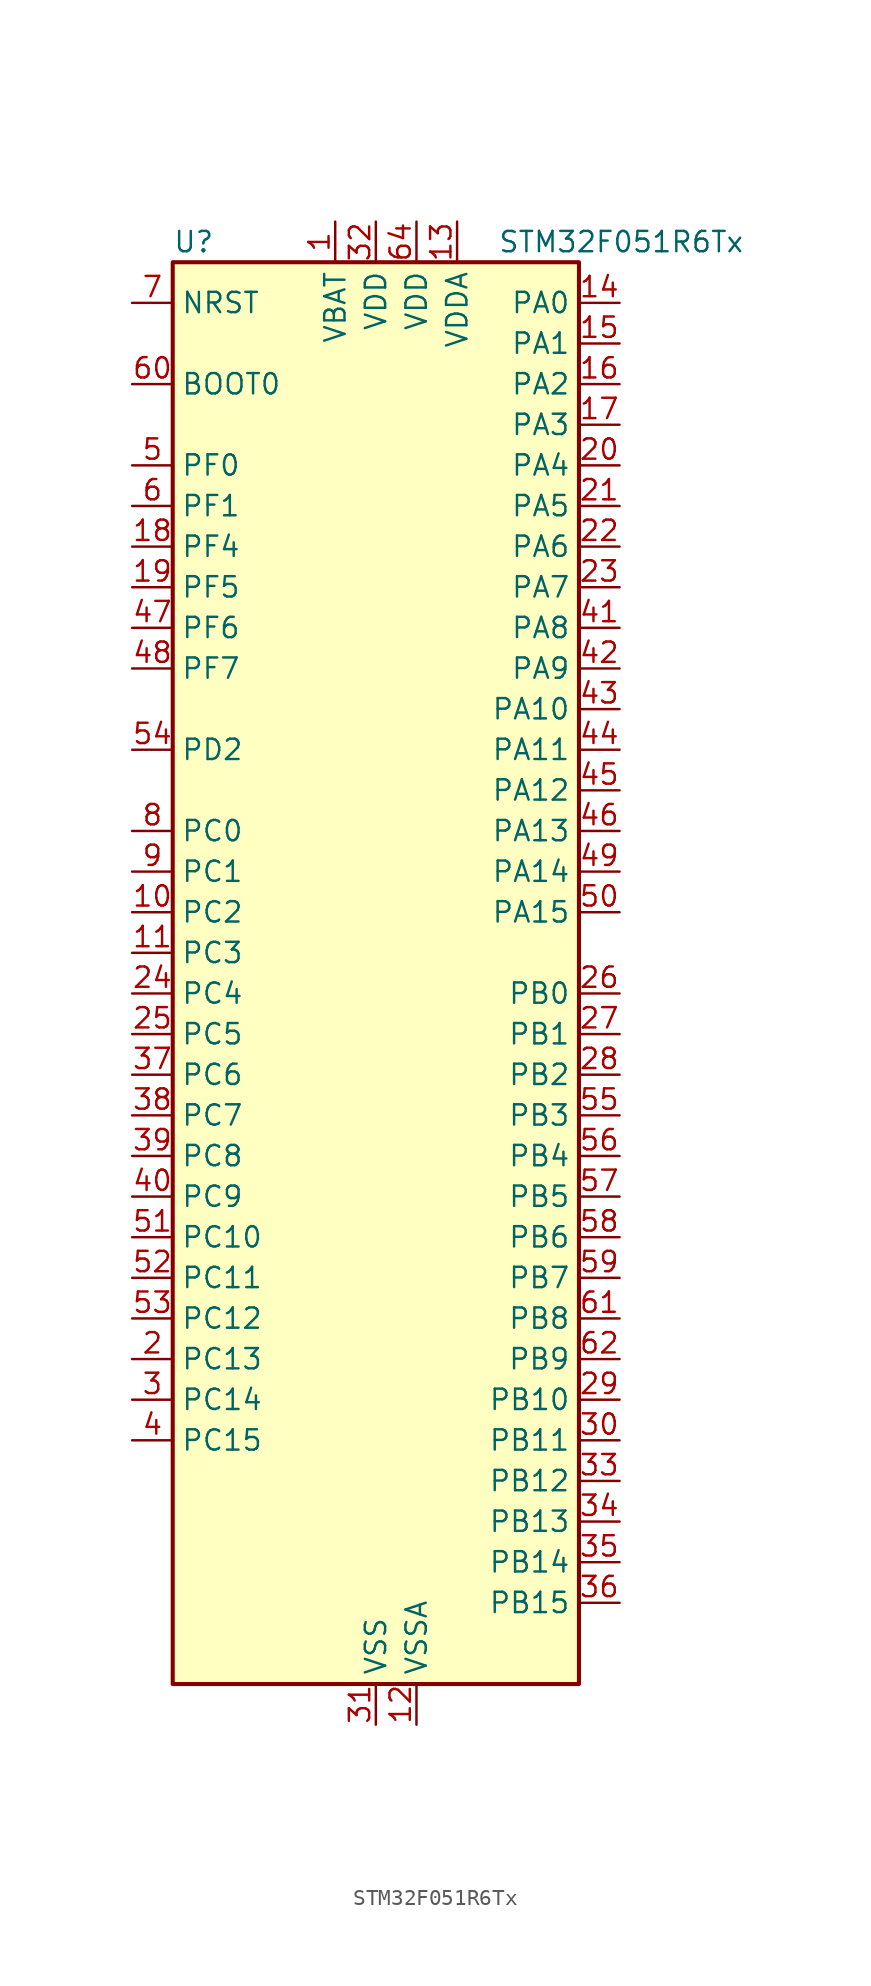
<source format=kicad_sym>
(kicad_symbol_lib
  (version 20220914)
  (generator kicad_symbol_editor)
  (symbol "STM32F051R6Tx"
    (property "Reference" "U"
      (at -12.7 46.99 0)
      (effects (font (size 1.27 1.27)) (justify left)))
    (property "Value" "STM32F051R6Tx"
      (at 7.62 46.99 0)
      (effects (font (size 1.27 1.27)) (justify left)))
    (property "ki_locked" ""
      (at 0 0 0)
      (effects (font (size 1.27 1.27))))
    (symbol "STM32F051R6Tx_0_1"
      (rectangle (start -12.7 -43.18) (end 12.7 45.72) (stroke (width 0.254) (type default)) (fill (type background))))
    (symbol "STM32F051R6Tx_1_1"
      (pin power_in line (at -2.54 48.26 270) (length 2.54) (name "VBAT" (effects (font (size 1.27 1.27)))) (number "1" (effects (font (size 1.27 1.27)))))
      (pin bidirectional line (at -15.24 5.08 0) (length 2.54) (name "PC2" (effects (font (size 1.27 1.27)))) (number "10" (effects (font (size 1.27 1.27)))) (alternate "ADC_IN12" bidirectional line))
      (pin bidirectional line (at -15.24 2.54 0) (length 2.54) (name "PC3" (effects (font (size 1.27 1.27)))) (number "11" (effects (font (size 1.27 1.27)))) (alternate "ADC_IN13" bidirectional line))
      (pin power_in line (at 2.54 -45.72 90) (length 2.54) (name "VSSA" (effects (font (size 1.27 1.27)))) (number "12" (effects (font (size 1.27 1.27)))))
      (pin power_in line (at 5.08 48.26 270) (length 2.54) (name "VDDA" (effects (font (size 1.27 1.27)))) (number "13" (effects (font (size 1.27 1.27)))))
      (pin bidirectional line (at 15.24 43.18 180) (length 2.54) (name "PA0" (effects (font (size 1.27 1.27)))) (number "14" (effects (font (size 1.27 1.27)))) (alternate "ADC_IN0" bidirectional line) (alternate "COMP1_INM" bidirectional line) (alternate "COMP1_OUT" bidirectional line) (alternate "RTC_TAMP2" bidirectional line) (alternate "SYS_WKUP1" bidirectional line) (alternate "TIM2_CH1" bidirectional line) (alternate "TIM2_ETR" bidirectional line) (alternate "TSC_G1_IO1" bidirectional line) (alternate "USART2_CTS" bidirectional line))
      (pin bidirectional line (at 15.24 40.64 180) (length 2.54) (name "PA1" (effects (font (size 1.27 1.27)))) (number "15" (effects (font (size 1.27 1.27)))) (alternate "ADC_IN1" bidirectional line) (alternate "COMP1_INP" bidirectional line) (alternate "TIM2_CH2" bidirectional line) (alternate "TSC_G1_IO2" bidirectional line) (alternate "USART2_DE" bidirectional line) (alternate "USART2_RTS" bidirectional line))
      (pin bidirectional line (at 15.24 38.1 180) (length 2.54) (name "PA2" (effects (font (size 1.27 1.27)))) (number "16" (effects (font (size 1.27 1.27)))) (alternate "ADC_IN2" bidirectional line) (alternate "COMP2_INM" bidirectional line) (alternate "COMP2_OUT" bidirectional line) (alternate "TIM15_CH1" bidirectional line) (alternate "TIM2_CH3" bidirectional line) (alternate "TSC_G1_IO3" bidirectional line) (alternate "USART2_TX" bidirectional line))
      (pin bidirectional line (at 15.24 35.56 180) (length 2.54) (name "PA3" (effects (font (size 1.27 1.27)))) (number "17" (effects (font (size 1.27 1.27)))) (alternate "ADC_IN3" bidirectional line) (alternate "COMP2_INP" bidirectional line) (alternate "TIM15_CH2" bidirectional line) (alternate "TIM2_CH4" bidirectional line) (alternate "TSC_G1_IO4" bidirectional line) (alternate "USART2_RX" bidirectional line))
      (pin bidirectional line (at -15.24 27.94 0) (length 2.54) (name "PF4" (effects (font (size 1.27 1.27)))) (number "18" (effects (font (size 1.27 1.27)))))
      (pin bidirectional line (at -15.24 25.4 0) (length 2.54) (name "PF5" (effects (font (size 1.27 1.27)))) (number "19" (effects (font (size 1.27 1.27)))))
      (pin bidirectional line (at -15.24 -22.86 0) (length 2.54) (name "PC13" (effects (font (size 1.27 1.27)))) (number "2" (effects (font (size 1.27 1.27)))) (alternate "RTC_OUT_ALARM" bidirectional line) (alternate "RTC_OUT_CALIB" bidirectional line) (alternate "RTC_TAMP1" bidirectional line) (alternate "RTC_TS" bidirectional line) (alternate "SYS_WKUP2" bidirectional line))
      (pin bidirectional line (at 15.24 33.02 180) (length 2.54) (name "PA4" (effects (font (size 1.27 1.27)))) (number "20" (effects (font (size 1.27 1.27)))) (alternate "ADC_IN4" bidirectional line) (alternate "COMP1_INM" bidirectional line) (alternate "COMP2_INM" bidirectional line) (alternate "DAC1_OUT1" bidirectional line) (alternate "I2S1_WS" bidirectional line) (alternate "SPI1_NSS" bidirectional line) (alternate "TIM14_CH1" bidirectional line) (alternate "TSC_G2_IO1" bidirectional line) (alternate "USART2_CK" bidirectional line))
      (pin bidirectional line (at 15.24 30.48 180) (length 2.54) (name "PA5" (effects (font (size 1.27 1.27)))) (number "21" (effects (font (size 1.27 1.27)))) (alternate "ADC_IN5" bidirectional line) (alternate "CEC" bidirectional line) (alternate "COMP1_INM" bidirectional line) (alternate "COMP2_INM" bidirectional line) (alternate "I2S1_CK" bidirectional line) (alternate "SPI1_SCK" bidirectional line) (alternate "TIM2_CH1" bidirectional line) (alternate "TIM2_ETR" bidirectional line) (alternate "TSC_G2_IO2" bidirectional line))
      (pin bidirectional line (at 15.24 27.94 180) (length 2.54) (name "PA6" (effects (font (size 1.27 1.27)))) (number "22" (effects (font (size 1.27 1.27)))) (alternate "ADC_IN6" bidirectional line) (alternate "COMP1_OUT" bidirectional line) (alternate "I2S1_MCK" bidirectional line) (alternate "SPI1_MISO" bidirectional line) (alternate "TIM16_CH1" bidirectional line) (alternate "TIM1_BKIN" bidirectional line) (alternate "TIM3_CH1" bidirectional line) (alternate "TSC_G2_IO3" bidirectional line))
      (pin bidirectional line (at 15.24 25.4 180) (length 2.54) (name "PA7" (effects (font (size 1.27 1.27)))) (number "23" (effects (font (size 1.27 1.27)))) (alternate "ADC_IN7" bidirectional line) (alternate "COMP2_OUT" bidirectional line) (alternate "I2S1_SD" bidirectional line) (alternate "SPI1_MOSI" bidirectional line) (alternate "TIM14_CH1" bidirectional line) (alternate "TIM17_CH1" bidirectional line) (alternate "TIM1_CH1N" bidirectional line) (alternate "TIM3_CH2" bidirectional line) (alternate "TSC_G2_IO4" bidirectional line))
      (pin bidirectional line (at -15.24 0 0) (length 2.54) (name "PC4" (effects (font (size 1.27 1.27)))) (number "24" (effects (font (size 1.27 1.27)))) (alternate "ADC_IN14" bidirectional line))
      (pin bidirectional line (at -15.24 -2.54 0) (length 2.54) (name "PC5" (effects (font (size 1.27 1.27)))) (number "25" (effects (font (size 1.27 1.27)))) (alternate "ADC_IN15" bidirectional line) (alternate "TSC_G3_IO1" bidirectional line))
      (pin bidirectional line (at 15.24 0 180) (length 2.54) (name "PB0" (effects (font (size 1.27 1.27)))) (number "26" (effects (font (size 1.27 1.27)))) (alternate "ADC_IN8" bidirectional line) (alternate "TIM1_CH2N" bidirectional line) (alternate "TIM3_CH3" bidirectional line) (alternate "TSC_G3_IO2" bidirectional line))
      (pin bidirectional line (at 15.24 -2.54 180) (length 2.54) (name "PB1" (effects (font (size 1.27 1.27)))) (number "27" (effects (font (size 1.27 1.27)))) (alternate "ADC_IN9" bidirectional line) (alternate "TIM14_CH1" bidirectional line) (alternate "TIM1_CH3N" bidirectional line) (alternate "TIM3_CH4" bidirectional line) (alternate "TSC_G3_IO3" bidirectional line))
      (pin bidirectional line (at 15.24 -5.08 180) (length 2.54) (name "PB2" (effects (font (size 1.27 1.27)))) (number "28" (effects (font (size 1.27 1.27)))) (alternate "TSC_G3_IO4" bidirectional line))
      (pin bidirectional line (at 15.24 -25.4 180) (length 2.54) (name "PB10" (effects (font (size 1.27 1.27)))) (number "29" (effects (font (size 1.27 1.27)))) (alternate "CEC" bidirectional line) (alternate "TIM2_CH3" bidirectional line) (alternate "TSC_SYNC" bidirectional line))
      (pin bidirectional line (at -15.24 -25.4 0) (length 2.54) (name "PC14" (effects (font (size 1.27 1.27)))) (number "3" (effects (font (size 1.27 1.27)))) (alternate "RCC_OSC32_IN" bidirectional line))
      (pin bidirectional line (at 15.24 -27.94 180) (length 2.54) (name "PB11" (effects (font (size 1.27 1.27)))) (number "30" (effects (font (size 1.27 1.27)))) (alternate "TIM2_CH4" bidirectional line) (alternate "TSC_G6_IO1" bidirectional line))
      (pin power_in line (at 0 -45.72 90) (length 2.54) (name "VSS" (effects (font (size 1.27 1.27)))) (number "31" (effects (font (size 1.27 1.27)))))
      (pin power_in line (at 0 48.26 270) (length 2.54) (name "VDD" (effects (font (size 1.27 1.27)))) (number "32" (effects (font (size 1.27 1.27)))))
      (pin bidirectional line (at 15.24 -30.48 180) (length 2.54) (name "PB12" (effects (font (size 1.27 1.27)))) (number "33" (effects (font (size 1.27 1.27)))) (alternate "SPI2_NSS" bidirectional line) (alternate "TIM1_BKIN" bidirectional line) (alternate "TSC_G6_IO2" bidirectional line))
      (pin bidirectional line (at 15.24 -33.02 180) (length 2.54) (name "PB13" (effects (font (size 1.27 1.27)))) (number "34" (effects (font (size 1.27 1.27)))) (alternate "SPI2_SCK" bidirectional line) (alternate "TIM1_CH1N" bidirectional line) (alternate "TSC_G6_IO3" bidirectional line))
      (pin bidirectional line (at 15.24 -35.56 180) (length 2.54) (name "PB14" (effects (font (size 1.27 1.27)))) (number "35" (effects (font (size 1.27 1.27)))) (alternate "SPI2_MISO" bidirectional line) (alternate "TIM15_CH1" bidirectional line) (alternate "TIM1_CH2N" bidirectional line) (alternate "TSC_G6_IO4" bidirectional line))
      (pin bidirectional line (at 15.24 -38.1 180) (length 2.54) (name "PB15" (effects (font (size 1.27 1.27)))) (number "36" (effects (font (size 1.27 1.27)))) (alternate "RTC_REFIN" bidirectional line) (alternate "SPI2_MOSI" bidirectional line) (alternate "TIM15_CH1N" bidirectional line) (alternate "TIM15_CH2" bidirectional line) (alternate "TIM1_CH3N" bidirectional line))
      (pin bidirectional line (at -15.24 -5.08 0) (length 2.54) (name "PC6" (effects (font (size 1.27 1.27)))) (number "37" (effects (font (size 1.27 1.27)))) (alternate "TIM3_CH1" bidirectional line))
      (pin bidirectional line (at -15.24 -7.62 0) (length 2.54) (name "PC7" (effects (font (size 1.27 1.27)))) (number "38" (effects (font (size 1.27 1.27)))) (alternate "TIM3_CH2" bidirectional line))
      (pin bidirectional line (at -15.24 -10.16 0) (length 2.54) (name "PC8" (effects (font (size 1.27 1.27)))) (number "39" (effects (font (size 1.27 1.27)))) (alternate "TIM3_CH3" bidirectional line))
      (pin bidirectional line (at -15.24 -27.94 0) (length 2.54) (name "PC15" (effects (font (size 1.27 1.27)))) (number "4" (effects (font (size 1.27 1.27)))) (alternate "RCC_OSC32_OUT" bidirectional line))
      (pin bidirectional line (at -15.24 -12.7 0) (length 2.54) (name "PC9" (effects (font (size 1.27 1.27)))) (number "40" (effects (font (size 1.27 1.27)))) (alternate "DAC1_EXTI9" bidirectional line) (alternate "TIM3_CH4" bidirectional line))
      (pin bidirectional line (at 15.24 22.86 180) (length 2.54) (name "PA8" (effects (font (size 1.27 1.27)))) (number "41" (effects (font (size 1.27 1.27)))) (alternate "RCC_MCO" bidirectional line) (alternate "TIM1_CH1" bidirectional line) (alternate "USART1_CK" bidirectional line))
      (pin bidirectional line (at 15.24 20.32 180) (length 2.54) (name "PA9" (effects (font (size 1.27 1.27)))) (number "42" (effects (font (size 1.27 1.27)))) (alternate "DAC1_EXTI9" bidirectional line) (alternate "TIM15_BKIN" bidirectional line) (alternate "TIM1_CH2" bidirectional line) (alternate "TSC_G4_IO1" bidirectional line) (alternate "USART1_TX" bidirectional line))
      (pin bidirectional line (at 15.24 17.78 180) (length 2.54) (name "PA10" (effects (font (size 1.27 1.27)))) (number "43" (effects (font (size 1.27 1.27)))) (alternate "TIM17_BKIN" bidirectional line) (alternate "TIM1_CH3" bidirectional line) (alternate "TSC_G4_IO2" bidirectional line) (alternate "USART1_RX" bidirectional line))
      (pin bidirectional line (at 15.24 15.24 180) (length 2.54) (name "PA11" (effects (font (size 1.27 1.27)))) (number "44" (effects (font (size 1.27 1.27)))) (alternate "COMP1_OUT" bidirectional line) (alternate "TIM1_CH4" bidirectional line) (alternate "TSC_G4_IO3" bidirectional line) (alternate "USART1_CTS" bidirectional line))
      (pin bidirectional line (at 15.24 12.7 180) (length 2.54) (name "PA12" (effects (font (size 1.27 1.27)))) (number "45" (effects (font (size 1.27 1.27)))) (alternate "COMP2_OUT" bidirectional line) (alternate "TIM1_ETR" bidirectional line) (alternate "TSC_G4_IO4" bidirectional line) (alternate "USART1_DE" bidirectional line) (alternate "USART1_RTS" bidirectional line))
      (pin bidirectional line (at 15.24 10.16 180) (length 2.54) (name "PA13" (effects (font (size 1.27 1.27)))) (number "46" (effects (font (size 1.27 1.27)))) (alternate "IR_OUT" bidirectional line) (alternate "SYS_SWDIO" bidirectional line))
      (pin bidirectional line (at -15.24 22.86 0) (length 2.54) (name "PF6" (effects (font (size 1.27 1.27)))) (number "47" (effects (font (size 1.27 1.27)))))
      (pin bidirectional line (at -15.24 20.32 0) (length 2.54) (name "PF7" (effects (font (size 1.27 1.27)))) (number "48" (effects (font (size 1.27 1.27)))))
      (pin bidirectional line (at 15.24 7.62 180) (length 2.54) (name "PA14" (effects (font (size 1.27 1.27)))) (number "49" (effects (font (size 1.27 1.27)))) (alternate "SYS_SWCLK" bidirectional line) (alternate "USART2_TX" bidirectional line))
      (pin bidirectional line (at -15.24 33.02 0) (length 2.54) (name "PF0" (effects (font (size 1.27 1.27)))) (number "5" (effects (font (size 1.27 1.27)))) (alternate "RCC_OSC_IN" bidirectional line))
      (pin bidirectional line (at 15.24 5.08 180) (length 2.54) (name "PA15" (effects (font (size 1.27 1.27)))) (number "50" (effects (font (size 1.27 1.27)))) (alternate "I2S1_WS" bidirectional line) (alternate "SPI1_NSS" bidirectional line) (alternate "TIM2_CH1" bidirectional line) (alternate "TIM2_ETR" bidirectional line) (alternate "USART2_RX" bidirectional line))
      (pin bidirectional line (at -15.24 -15.24 0) (length 2.54) (name "PC10" (effects (font (size 1.27 1.27)))) (number "51" (effects (font (size 1.27 1.27)))))
      (pin bidirectional line (at -15.24 -17.78 0) (length 2.54) (name "PC11" (effects (font (size 1.27 1.27)))) (number "52" (effects (font (size 1.27 1.27)))))
      (pin bidirectional line (at -15.24 -20.32 0) (length 2.54) (name "PC12" (effects (font (size 1.27 1.27)))) (number "53" (effects (font (size 1.27 1.27)))))
      (pin bidirectional line (at -15.24 15.24 0) (length 2.54) (name "PD2" (effects (font (size 1.27 1.27)))) (number "54" (effects (font (size 1.27 1.27)))) (alternate "TIM3_ETR" bidirectional line))
      (pin bidirectional line (at 15.24 -7.62 180) (length 2.54) (name "PB3" (effects (font (size 1.27 1.27)))) (number "55" (effects (font (size 1.27 1.27)))) (alternate "I2S1_CK" bidirectional line) (alternate "SPI1_SCK" bidirectional line) (alternate "TIM2_CH2" bidirectional line) (alternate "TSC_G5_IO1" bidirectional line))
      (pin bidirectional line (at 15.24 -10.16 180) (length 2.54) (name "PB4" (effects (font (size 1.27 1.27)))) (number "56" (effects (font (size 1.27 1.27)))) (alternate "I2S1_MCK" bidirectional line) (alternate "SPI1_MISO" bidirectional line) (alternate "TIM3_CH1" bidirectional line) (alternate "TSC_G5_IO2" bidirectional line))
      (pin bidirectional line (at 15.24 -12.7 180) (length 2.54) (name "PB5" (effects (font (size 1.27 1.27)))) (number "57" (effects (font (size 1.27 1.27)))) (alternate "I2C1_SMBA" bidirectional line) (alternate "I2S1_SD" bidirectional line) (alternate "SPI1_MOSI" bidirectional line) (alternate "TIM16_BKIN" bidirectional line) (alternate "TIM3_CH2" bidirectional line))
      (pin bidirectional line (at 15.24 -15.24 180) (length 2.54) (name "PB6" (effects (font (size 1.27 1.27)))) (number "58" (effects (font (size 1.27 1.27)))) (alternate "I2C1_SCL" bidirectional line) (alternate "TIM16_CH1N" bidirectional line) (alternate "TSC_G5_IO3" bidirectional line) (alternate "USART1_TX" bidirectional line))
      (pin bidirectional line (at 15.24 -17.78 180) (length 2.54) (name "PB7" (effects (font (size 1.27 1.27)))) (number "59" (effects (font (size 1.27 1.27)))) (alternate "I2C1_SDA" bidirectional line) (alternate "TIM17_CH1N" bidirectional line) (alternate "TSC_G5_IO4" bidirectional line) (alternate "USART1_RX" bidirectional line))
      (pin bidirectional line (at -15.24 30.48 0) (length 2.54) (name "PF1" (effects (font (size 1.27 1.27)))) (number "6" (effects (font (size 1.27 1.27)))) (alternate "RCC_OSC_OUT" bidirectional line))
      (pin input line (at -15.24 38.1 0) (length 2.54) (name "BOOT0" (effects (font (size 1.27 1.27)))) (number "60" (effects (font (size 1.27 1.27)))))
      (pin bidirectional line (at 15.24 -20.32 180) (length 2.54) (name "PB8" (effects (font (size 1.27 1.27)))) (number "61" (effects (font (size 1.27 1.27)))) (alternate "CEC" bidirectional line) (alternate "I2C1_SCL" bidirectional line) (alternate "TIM16_CH1" bidirectional line) (alternate "TSC_SYNC" bidirectional line))
      (pin bidirectional line (at 15.24 -22.86 180) (length 2.54) (name "PB9" (effects (font (size 1.27 1.27)))) (number "62" (effects (font (size 1.27 1.27)))) (alternate "DAC1_EXTI9" bidirectional line) (alternate "I2C1_SDA" bidirectional line) (alternate "IR_OUT" bidirectional line) (alternate "TIM17_CH1" bidirectional line))
      (pin passive line (at 0 -45.72 90) (length 2.54) hide (name "VSS" (effects (font (size 1.27 1.27)))) (number "63" (effects (font (size 1.27 1.27)))))
      (pin power_in line (at 2.54 48.26 270) (length 2.54) (name "VDD" (effects (font (size 1.27 1.27)))) (number "64" (effects (font (size 1.27 1.27)))))
      (pin input line (at -15.24 43.18 0) (length 2.54) (name "NRST" (effects (font (size 1.27 1.27)))) (number "7" (effects (font (size 1.27 1.27)))))
      (pin bidirectional line (at -15.24 10.16 0) (length 2.54) (name "PC0" (effects (font (size 1.27 1.27)))) (number "8" (effects (font (size 1.27 1.27)))) (alternate "ADC_IN10" bidirectional line))
      (pin bidirectional line (at -15.24 7.62 0) (length 2.54) (name "PC1" (effects (font (size 1.27 1.27)))) (number "9" (effects (font (size 1.27 1.27)))) (alternate "ADC_IN11" bidirectional line)))))
</source>
